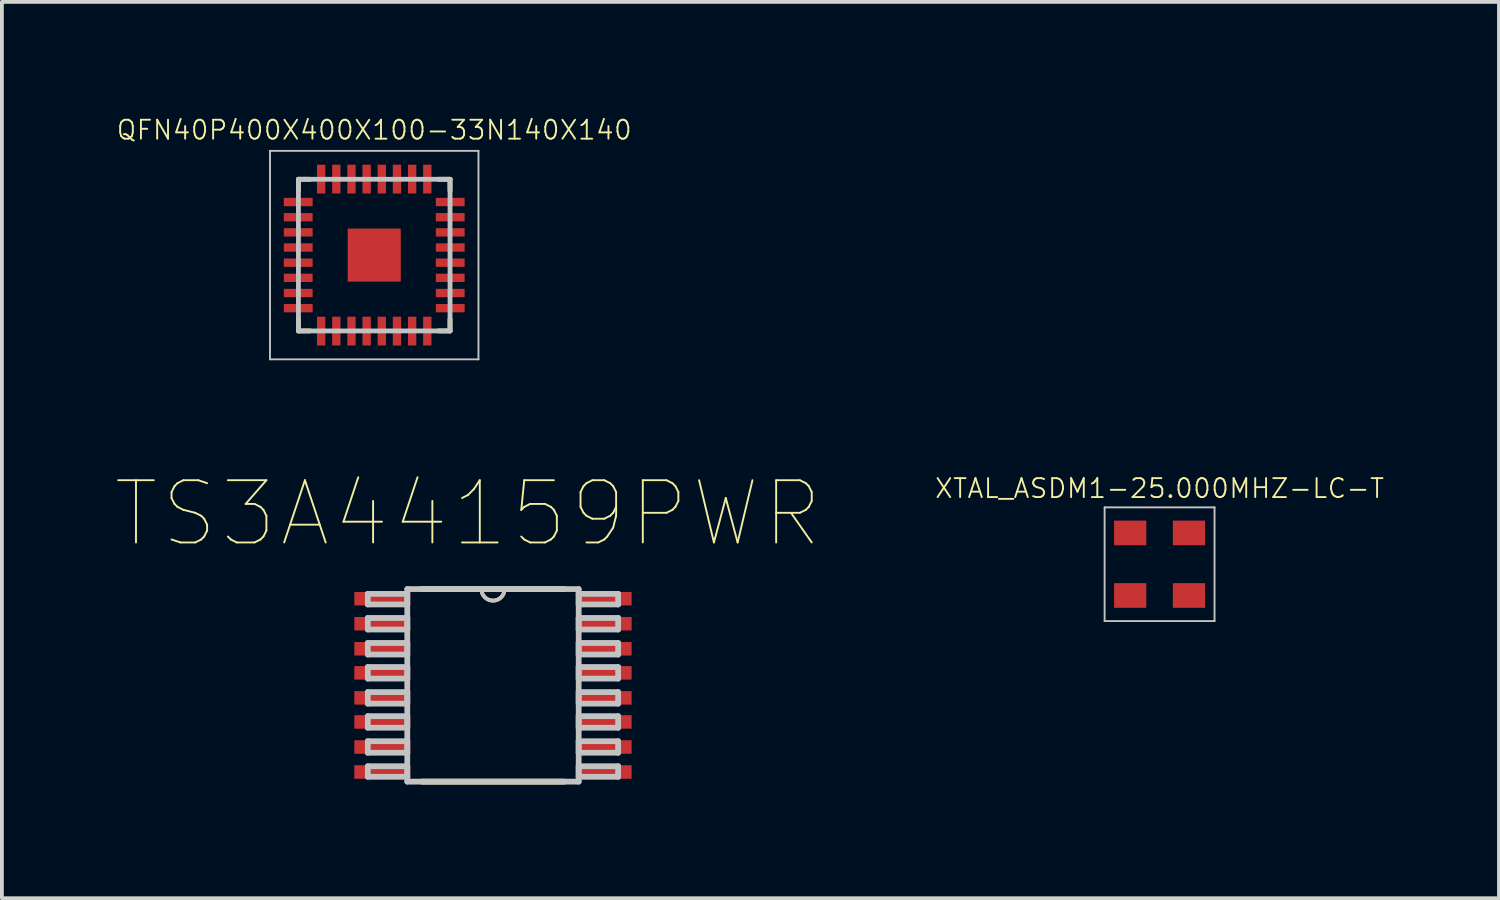
<source format=kicad_pcb>
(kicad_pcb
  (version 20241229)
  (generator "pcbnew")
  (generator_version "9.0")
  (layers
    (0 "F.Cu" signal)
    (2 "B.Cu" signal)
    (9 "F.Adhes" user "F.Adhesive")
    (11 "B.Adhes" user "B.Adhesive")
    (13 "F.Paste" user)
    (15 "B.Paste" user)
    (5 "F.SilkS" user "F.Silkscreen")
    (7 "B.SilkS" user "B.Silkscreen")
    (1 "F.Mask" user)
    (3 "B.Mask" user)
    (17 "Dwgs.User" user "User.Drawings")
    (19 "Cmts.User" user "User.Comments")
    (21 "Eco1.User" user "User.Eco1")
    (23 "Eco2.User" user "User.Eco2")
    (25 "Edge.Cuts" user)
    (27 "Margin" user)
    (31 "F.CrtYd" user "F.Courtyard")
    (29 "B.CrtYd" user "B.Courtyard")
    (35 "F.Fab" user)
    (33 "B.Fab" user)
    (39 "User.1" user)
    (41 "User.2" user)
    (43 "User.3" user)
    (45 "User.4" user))
  (footprint "XTAL_ASDM1-25.000MHZ-LC-T"
    (layer "F.Cu")
    (at 27.542 11.835)
    (property "Reference" "XTAL_ASDM1-25.000MHZ-LC-T" (at 0 -2 0) (layer "F.SilkS") (effects (font (size 0.5 0.5) (thickness 0.05))))
    (attr smd)
    (fp_line (start -1.45 -1.5) (end 1.45 -1.5) (stroke (width 0.05) (type solid)) (layer "Dwgs.User"))
    (fp_line (start -1.45 1.5) (end -1.45 -1.5) (stroke (width 0.05) (type solid)) (layer "Dwgs.User"))
    (fp_line (start 1.45 -1.5) (end 1.45 1.5) (stroke (width 0.05) (type solid)) (layer "Dwgs.User"))
    (fp_line (start 1.45 1.5) (end -1.45 1.5) (stroke (width 0.05) (type solid)) (layer "Dwgs.User"))
    (pad "1" smd rect (at -0.775 -0.825 270) (size 0.65 0.85) (layers "F.Cu" "F.Mask" "F.Paste"))
    (pad "2" smd rect (at -0.775 0.825 270) (size 0.65 0.85) (layers "F.Cu" "F.Mask" "F.Paste"))
    (pad "3" smd rect (at 0.775 0.825 270) (size 0.65 0.85) (layers "F.Cu" "F.Mask" "F.Paste"))
    (pad "4" smd rect (at 0.775 -0.825 270) (size 0.65 0.85) (layers "F.Cu" "F.Mask" "F.Paste")))
  (footprint "TS3A44159PWR"
    (layer "F.Cu")
    (at 9.956 15.031)
    (property "Reference" "TS3A44159PWR" (at -0.661 -4.527 0) (layer "F.SilkS") (effects (font (size 1.642 1.642) (thickness 0.05))))
    (attr smd)
    (fp_line (start -1.88 2.54) (end 1.88 2.54) (stroke (width 0.152) (type solid)) (layer "F.SilkS"))
    (fp_line (start -0.305 -2.54) (end -1.88 -2.54) (stroke (width 0.152) (type solid)) (layer "F.SilkS"))
    (fp_line (start 0.305 -2.54) (end -0.305 -2.54) (stroke (width 0.152) (type solid)) (layer "F.SilkS"))
    (fp_line (start 1.88 -2.54) (end 0.305 -2.54) (stroke (width 0.152) (type solid)) (layer "F.SilkS"))
    (fp_arc (start 0.3048 -2.54) (mid 0 -2.2352) (end -0.3048 -2.54) (stroke (width 0.1) (type solid)) (layer "F.SilkS"))
    (fp_line (start -3.302 -2.413) (end -3.302 -2.134) (stroke (width 0.152) (type solid)) (layer "Dwgs.User"))
    (fp_line (start -3.302 -2.134) (end -2.261 -2.134) (stroke (width 0.152) (type solid)) (layer "Dwgs.User"))
    (fp_line (start -3.302 -1.778) (end -3.302 -1.473) (stroke (width 0.152) (type solid)) (layer "Dwgs.User"))
    (fp_line (start -3.302 -1.473) (end -2.261 -1.473) (stroke (width 0.152) (type solid)) (layer "Dwgs.User"))
    (fp_line (start -3.302 -1.118) (end -3.302 -0.813) (stroke (width 0.152) (type solid)) (layer "Dwgs.User"))
    (fp_line (start -3.302 -0.813) (end -2.261 -0.813) (stroke (width 0.152) (type solid)) (layer "Dwgs.User"))
    (fp_line (start -3.302 -0.483) (end -3.302 -0.178) (stroke (width 0.152) (type solid)) (layer "Dwgs.User"))
    (fp_line (start -3.302 -0.178) (end -2.261 -0.178) (stroke (width 0.152) (type solid)) (layer "Dwgs.User"))
    (fp_line (start -3.302 0.178) (end -3.302 0.483) (stroke (width 0.152) (type solid)) (layer "Dwgs.User"))
    (fp_line (start -3.302 0.483) (end -2.261 0.483) (stroke (width 0.152) (type solid)) (layer "Dwgs.User"))
    (fp_line (start -3.302 0.813) (end -3.302 1.118) (stroke (width 0.152) (type solid)) (layer "Dwgs.User"))
    (fp_line (start -3.302 1.118) (end -2.261 1.118) (stroke (width 0.152) (type solid)) (layer "Dwgs.User"))
    (fp_line (start -3.302 1.473) (end -3.302 1.778) (stroke (width 0.152) (type solid)) (layer "Dwgs.User"))
    (fp_line (start -3.302 1.778) (end -2.261 1.778) (stroke (width 0.152) (type solid)) (layer "Dwgs.User"))
    (fp_line (start -3.302 2.134) (end -3.302 2.413) (stroke (width 0.152) (type solid)) (layer "Dwgs.User"))
    (fp_line (start -3.302 2.413) (end -2.261 2.413) (stroke (width 0.152) (type solid)) (layer "Dwgs.User"))
    (fp_line (start -2.261 -2.54) (end -2.261 2.54) (stroke (width 0.152) (type solid)) (layer "Dwgs.User"))
    (fp_line (start -2.261 -2.413) (end -3.302 -2.413) (stroke (width 0.152) (type solid)) (layer "Dwgs.User"))
    (fp_line (start -2.261 -2.134) (end -2.261 -2.413) (stroke (width 0.152) (type solid)) (layer "Dwgs.User"))
    (fp_line (start -2.261 -1.778) (end -3.302 -1.778) (stroke (width 0.152) (type solid)) (layer "Dwgs.User"))
    (fp_line (start -2.261 -1.473) (end -2.261 -1.778) (stroke (width 0.152) (type solid)) (layer "Dwgs.User"))
    (fp_line (start -2.261 -1.118) (end -3.302 -1.118) (stroke (width 0.152) (type solid)) (layer "Dwgs.User"))
    (fp_line (start -2.261 -0.813) (end -2.261 -1.118) (stroke (width 0.152) (type solid)) (layer "Dwgs.User"))
    (fp_line (start -2.261 -0.483) (end -3.302 -0.483) (stroke (width 0.152) (type solid)) (layer "Dwgs.User"))
    (fp_line (start -2.261 -0.178) (end -2.261 -0.483) (stroke (width 0.152) (type solid)) (layer "Dwgs.User"))
    (fp_line (start -2.261 0.178) (end -3.302 0.178) (stroke (width 0.152) (type solid)) (layer "Dwgs.User"))
    (fp_line (start -2.261 0.483) (end -2.261 0.178) (stroke (width 0.152) (type solid)) (layer "Dwgs.User"))
    (fp_line (start -2.261 0.813) (end -3.302 0.813) (stroke (width 0.152) (type solid)) (layer "Dwgs.User"))
    (fp_line (start -2.261 1.118) (end -2.261 0.813) (stroke (width 0.152) (type solid)) (layer "Dwgs.User"))
    (fp_line (start -2.261 1.473) (end -3.302 1.473) (stroke (width 0.152) (type solid)) (layer "Dwgs.User"))
    (fp_line (start -2.261 1.778) (end -2.261 1.473) (stroke (width 0.152) (type solid)) (layer "Dwgs.User"))
    (fp_line (start -2.261 2.134) (end -3.302 2.134) (stroke (width 0.152) (type solid)) (layer "Dwgs.User"))
    (fp_line (start -2.261 2.413) (end -2.261 2.134) (stroke (width 0.152) (type solid)) (layer "Dwgs.User"))
    (fp_line (start -2.261 2.54) (end 2.261 2.54) (stroke (width 0.152) (type solid)) (layer "Dwgs.User"))
    (fp_line (start -0.305 -2.54) (end -2.261 -2.54) (stroke (width 0.152) (type solid)) (layer "Dwgs.User"))
    (fp_line (start 0.305 -2.54) (end -0.305 -2.54) (stroke (width 0.152) (type solid)) (layer "Dwgs.User"))
    (fp_line (start 2.261 -2.54) (end 0.305 -2.54) (stroke (width 0.152) (type solid)) (layer "Dwgs.User"))
    (fp_line (start 2.261 -2.413) (end 2.261 -2.134) (stroke (width 0.152) (type solid)) (layer "Dwgs.User"))
    (fp_line (start 2.261 -2.134) (end 3.302 -2.134) (stroke (width 0.152) (type solid)) (layer "Dwgs.User"))
    (fp_line (start 2.261 -1.778) (end 2.261 -1.473) (stroke (width 0.152) (type solid)) (layer "Dwgs.User"))
    (fp_line (start 2.261 -1.473) (end 3.302 -1.473) (stroke (width 0.152) (type solid)) (layer "Dwgs.User"))
    (fp_line (start 2.261 -1.118) (end 2.261 -0.813) (stroke (width 0.152) (type solid)) (layer "Dwgs.User"))
    (fp_line (start 2.261 -0.813) (end 3.302 -0.813) (stroke (width 0.152) (type solid)) (layer "Dwgs.User"))
    (fp_line (start 2.261 -0.483) (end 2.261 -0.178) (stroke (width 0.152) (type solid)) (layer "Dwgs.User"))
    (fp_line (start 2.261 -0.178) (end 3.302 -0.178) (stroke (width 0.152) (type solid)) (layer "Dwgs.User"))
    (fp_line (start 2.261 0.178) (end 2.261 0.483) (stroke (width 0.152) (type solid)) (layer "Dwgs.User"))
    (fp_line (start 2.261 0.483) (end 3.302 0.483) (stroke (width 0.152) (type solid)) (layer "Dwgs.User"))
    (fp_line (start 2.261 0.813) (end 2.261 1.118) (stroke (width 0.152) (type solid)) (layer "Dwgs.User"))
    (fp_line (start 2.261 1.118) (end 3.302 1.118) (stroke (width 0.152) (type solid)) (layer "Dwgs.User"))
    (fp_line (start 2.261 1.473) (end 2.261 1.778) (stroke (width 0.152) (type solid)) (layer "Dwgs.User"))
    (fp_line (start 2.261 1.778) (end 3.302 1.778) (stroke (width 0.152) (type solid)) (layer "Dwgs.User"))
    (fp_line (start 2.261 2.134) (end 2.261 2.413) (stroke (width 0.152) (type solid)) (layer "Dwgs.User"))
    (fp_line (start 2.261 2.413) (end 3.302 2.413) (stroke (width 0.152) (type solid)) (layer "Dwgs.User"))
    (fp_line (start 2.261 2.54) (end 2.261 -2.54) (stroke (width 0.152) (type solid)) (layer "Dwgs.User"))
    (fp_line (start 3.302 -2.413) (end 2.261 -2.413) (stroke (width 0.152) (type solid)) (layer "Dwgs.User"))
    (fp_line (start 3.302 -2.134) (end 3.302 -2.413) (stroke (width 0.152) (type solid)) (layer "Dwgs.User"))
    (fp_line (start 3.302 -1.778) (end 2.261 -1.778) (stroke (width 0.152) (type solid)) (layer "Dwgs.User"))
    (fp_line (start 3.302 -1.473) (end 3.302 -1.778) (stroke (width 0.152) (type solid)) (layer "Dwgs.User"))
    (fp_line (start 3.302 -1.118) (end 2.261 -1.118) (stroke (width 0.152) (type solid)) (layer "Dwgs.User"))
    (fp_line (start 3.302 -0.813) (end 3.302 -1.118) (stroke (width 0.152) (type solid)) (layer "Dwgs.User"))
    (fp_line (start 3.302 -0.483) (end 2.261 -0.483) (stroke (width 0.152) (type solid)) (layer "Dwgs.User"))
    (fp_line (start 3.302 -0.178) (end 3.302 -0.483) (stroke (width 0.152) (type solid)) (layer "Dwgs.User"))
    (fp_line (start 3.302 0.178) (end 2.261 0.178) (stroke (width 0.152) (type solid)) (layer "Dwgs.User"))
    (fp_line (start 3.302 0.483) (end 3.302 0.178) (stroke (width 0.152) (type solid)) (layer "Dwgs.User"))
    (fp_line (start 3.302 0.813) (end 2.261 0.813) (stroke (width 0.152) (type solid)) (layer "Dwgs.User"))
    (fp_line (start 3.302 1.118) (end 3.302 0.813) (stroke (width 0.152) (type solid)) (layer "Dwgs.User"))
    (fp_line (start 3.302 1.473) (end 2.261 1.473) (stroke (width 0.152) (type solid)) (layer "Dwgs.User"))
    (fp_line (start 3.302 1.778) (end 3.302 1.473) (stroke (width 0.152) (type solid)) (layer "Dwgs.User"))
    (fp_line (start 3.302 2.134) (end 2.261 2.134) (stroke (width 0.152) (type solid)) (layer "Dwgs.User"))
    (fp_line (start 3.302 2.413) (end 3.302 2.134) (stroke (width 0.152) (type solid)) (layer "Dwgs.User"))
    (fp_arc (start 0.3048 -2.54) (mid 0 -2.2352) (end -0.3048 -2.54) (stroke (width 0.1) (type solid)) (layer "Dwgs.User"))
    (pad "1" smd rect (at -2.921 -2.286) (size 1.473 0.356) (layers "F.Cu" "F.Mask" "F.Paste"))
    (pad "2" smd rect (at -2.921 -1.626) (size 1.473 0.356) (layers "F.Cu" "F.Mask" "F.Paste"))
    (pad "3" smd rect (at -2.921 -0.965) (size 1.473 0.356) (layers "F.Cu" "F.Mask" "F.Paste"))
    (pad "4" smd rect (at -2.921 -0.33) (size 1.473 0.356) (layers "F.Cu" "F.Mask" "F.Paste"))
    (pad "5" smd rect (at -2.921 0.33) (size 1.473 0.356) (layers "F.Cu" "F.Mask" "F.Paste"))
    (pad "6" smd rect (at -2.921 0.965) (size 1.473 0.356) (layers "F.Cu" "F.Mask" "F.Paste"))
    (pad "7" smd rect (at -2.921 1.626) (size 1.473 0.356) (layers "F.Cu" "F.Mask" "F.Paste"))
    (pad "8" smd rect (at -2.921 2.286) (size 1.473 0.356) (layers "F.Cu" "F.Mask" "F.Paste"))
    (pad "9" smd rect (at 2.921 2.286) (size 1.473 0.356) (layers "F.Cu" "F.Mask" "F.Paste"))
    (pad "10" smd rect (at 2.921 1.626) (size 1.473 0.356) (layers "F.Cu" "F.Mask" "F.Paste"))
    (pad "11" smd rect (at 2.921 0.965) (size 1.473 0.356) (layers "F.Cu" "F.Mask" "F.Paste"))
    (pad "12" smd rect (at 2.921 0.33) (size 1.473 0.356) (layers "F.Cu" "F.Mask" "F.Paste"))
    (pad "13" smd rect (at 2.921 -0.33) (size 1.473 0.356) (layers "F.Cu" "F.Mask" "F.Paste"))
    (pad "14" smd rect (at 2.921 -0.965) (size 1.473 0.356) (layers "F.Cu" "F.Mask" "F.Paste"))
    (pad "15" smd rect (at 2.921 -1.626) (size 1.473 0.356) (layers "F.Cu" "F.Mask" "F.Paste"))
    (pad "16" smd rect (at 2.921 -2.286) (size 1.473 0.356) (layers "F.Cu" "F.Mask" "F.Paste")))
  (footprint "QFN40P400X400X100-33N140X140"
    (layer "F.Cu")
    (at 6.823 3.68)
    (property "Reference" "QFN40P400X400X100-33N140X140" (at 0 -3.3 0) (layer "F.SilkS") (effects (font (size 0.5 0.5) (thickness 0.05))))
    (attr smd)
    (fp_line (start -2 -2) (end -2 -1.7) (stroke (width 0.127) (type solid)) (layer "F.SilkS"))
    (fp_line (start -2 2) (end -2 1.695) (stroke (width 0.127) (type solid)) (layer "F.SilkS"))
    (fp_line (start -1.695 -2) (end -2 -2) (stroke (width 0.127) (type solid)) (layer "F.SilkS"))
    (fp_line (start -1.695 2) (end -2 2) (stroke (width 0.127) (type solid)) (layer "F.SilkS"))
    (fp_line (start 2 -2) (end 1.695 -2) (stroke (width 0.127) (type solid)) (layer "F.SilkS"))
    (fp_line (start 2 -1.7) (end 2 -2) (stroke (width 0.127) (type solid)) (layer "F.SilkS"))
    (fp_line (start 2 1.695) (end 2 2) (stroke (width 0.127) (type solid)) (layer "F.SilkS"))
    (fp_line (start 2 2) (end 1.695 2) (stroke (width 0.127) (type solid)) (layer "F.SilkS"))
    (fp_poly (pts (xy 0.65 -0.65) (xy 0.65 0.652) (xy -0.652 0.652) (xy -0.652 -0.65)) (stroke (width 0.381) (type solid)) (fill yes) (layer "F.Paste"))
    (fp_line (start -2.75 -2.75) (end 2.75 -2.75) (stroke (width 0.05) (type solid)) (layer "Dwgs.User"))
    (fp_line (start -2.75 2.75) (end -2.75 -2.75) (stroke (width 0.05) (type solid)) (layer "Dwgs.User"))
    (fp_line (start -2 -2) (end 2 -2) (stroke (width 0.127) (type solid)) (layer "Dwgs.User"))
    (fp_line (start -2 2) (end -2 -2) (stroke (width 0.127) (type solid)) (layer "Dwgs.User"))
    (fp_line (start 2 -2) (end 2 2) (stroke (width 0.127) (type solid)) (layer "Dwgs.User"))
    (fp_line (start 2 2) (end -2 2) (stroke (width 0.127) (type solid)) (layer "Dwgs.User"))
    (fp_line (start 2.75 -2.75) (end 2.75 2.75) (stroke (width 0.05) (type solid)) (layer "Dwgs.User"))
    (fp_line (start 2.75 2.75) (end -2.75 2.75) (stroke (width 0.05) (type solid)) (layer "Dwgs.User"))
    (pad "1" smd rect (at -2.005 -1.4 180) (size 0.76 0.22) (layers "F.Cu" "F.Mask" "F.Paste"))
    (pad "2" smd rect (at -2.005 -1 180) (size 0.76 0.22) (layers "F.Cu" "F.Mask" "F.Paste"))
    (pad "3" smd rect (at -2.005 -0.6 180) (size 0.76 0.22) (layers "F.Cu" "F.Mask" "F.Paste"))
    (pad "4" smd rect (at -2.005 -0.2 180) (size 0.76 0.22) (layers "F.Cu" "F.Mask" "F.Paste"))
    (pad "5" smd rect (at -2.005 0.2 180) (size 0.76 0.22) (layers "F.Cu" "F.Mask" "F.Paste"))
    (pad "6" smd rect (at -2.005 0.6 180) (size 0.76 0.22) (layers "F.Cu" "F.Mask" "F.Paste"))
    (pad "7" smd rect (at -2.005 1 180) (size 0.76 0.22) (layers "F.Cu" "F.Mask" "F.Paste"))
    (pad "8" smd rect (at -2.005 1.4 180) (size 0.76 0.22) (layers "F.Cu" "F.Mask" "F.Paste"))
    (pad "9" smd rect (at -1.4 2.005 270) (size 0.76 0.22) (layers "F.Cu" "F.Mask" "F.Paste"))
    (pad "10" smd rect (at -1 2.005 270) (size 0.76 0.22) (layers "F.Cu" "F.Mask" "F.Paste"))
    (pad "11" smd rect (at -0.6 2.005 270) (size 0.76 0.22) (layers "F.Cu" "F.Mask" "F.Paste"))
    (pad "12" smd rect (at -0.2 2.005 270) (size 0.76 0.22) (layers "F.Cu" "F.Mask" "F.Paste"))
    (pad "13" smd rect (at 0.2 2.005 270) (size 0.76 0.22) (layers "F.Cu" "F.Mask" "F.Paste"))
    (pad "14" smd rect (at 0.6 2.005 270) (size 0.76 0.22) (layers "F.Cu" "F.Mask" "F.Paste"))
    (pad "15" smd rect (at 1 2.005 270) (size 0.76 0.22) (layers "F.Cu" "F.Mask" "F.Paste"))
    (pad "16" smd rect (at 1.4 2.005 270) (size 0.76 0.22) (layers "F.Cu" "F.Mask" "F.Paste"))
    (pad "17" smd rect (at 2.005 1.4) (size 0.76 0.22) (layers "F.Cu" "F.Mask" "F.Paste"))
    (pad "18" smd rect (at 2.005 1) (size 0.76 0.22) (layers "F.Cu" "F.Mask" "F.Paste"))
    (pad "19" smd rect (at 2.005 0.6) (size 0.76 0.22) (layers "F.Cu" "F.Mask" "F.Paste"))
    (pad "20" smd rect (at 2.005 0.2) (size 0.76 0.22) (layers "F.Cu" "F.Mask" "F.Paste"))
    (pad "21" smd rect (at 2.005 -0.2) (size 0.76 0.22) (layers "F.Cu" "F.Mask" "F.Paste"))
    (pad "22" smd rect (at 2.005 -0.6) (size 0.76 0.22) (layers "F.Cu" "F.Mask" "F.Paste"))
    (pad "23" smd rect (at 2.005 -1) (size 0.76 0.22) (layers "F.Cu" "F.Mask" "F.Paste"))
    (pad "24" smd rect (at 2.005 -1.4) (size 0.76 0.22) (layers "F.Cu" "F.Mask" "F.Paste"))
    (pad "25" smd rect (at 1.4 -2.005 90) (size 0.76 0.22) (layers "F.Cu" "F.Mask" "F.Paste"))
    (pad "26" smd rect (at 1 -2.005 90) (size 0.76 0.22) (layers "F.Cu" "F.Mask" "F.Paste"))
    (pad "27" smd rect (at 0.6 -2.005 90) (size 0.76 0.22) (layers "F.Cu" "F.Mask" "F.Paste"))
    (pad "28" smd rect (at 0.2 -2.005 90) (size 0.76 0.22) (layers "F.Cu" "F.Mask" "F.Paste"))
    (pad "29" smd rect (at -0.2 -2.005 90) (size 0.76 0.22) (layers "F.Cu" "F.Mask" "F.Paste"))
    (pad "30" smd rect (at -0.6 -2.005 90) (size 0.76 0.22) (layers "F.Cu" "F.Mask" "F.Paste"))
    (pad "31" smd rect (at -1 -2.005 90) (size 0.76 0.22) (layers "F.Cu" "F.Mask" "F.Paste"))
    (pad "32" smd rect (at -1.4 -2.005 90) (size 0.76 0.22) (layers "F.Cu" "F.Mask" "F.Paste"))
    (pad "33" smd rect (at 0 0) (size 1.4 1.4) (layers "F.Cu" "F.Mask" "F.Paste")))
  (gr_rect
    (start -3 -3)
    (end 36.496 20.647)
    (stroke (width 0.1) (type default))
    (fill no)
    (layer "Edge.Cuts")))
</source>
